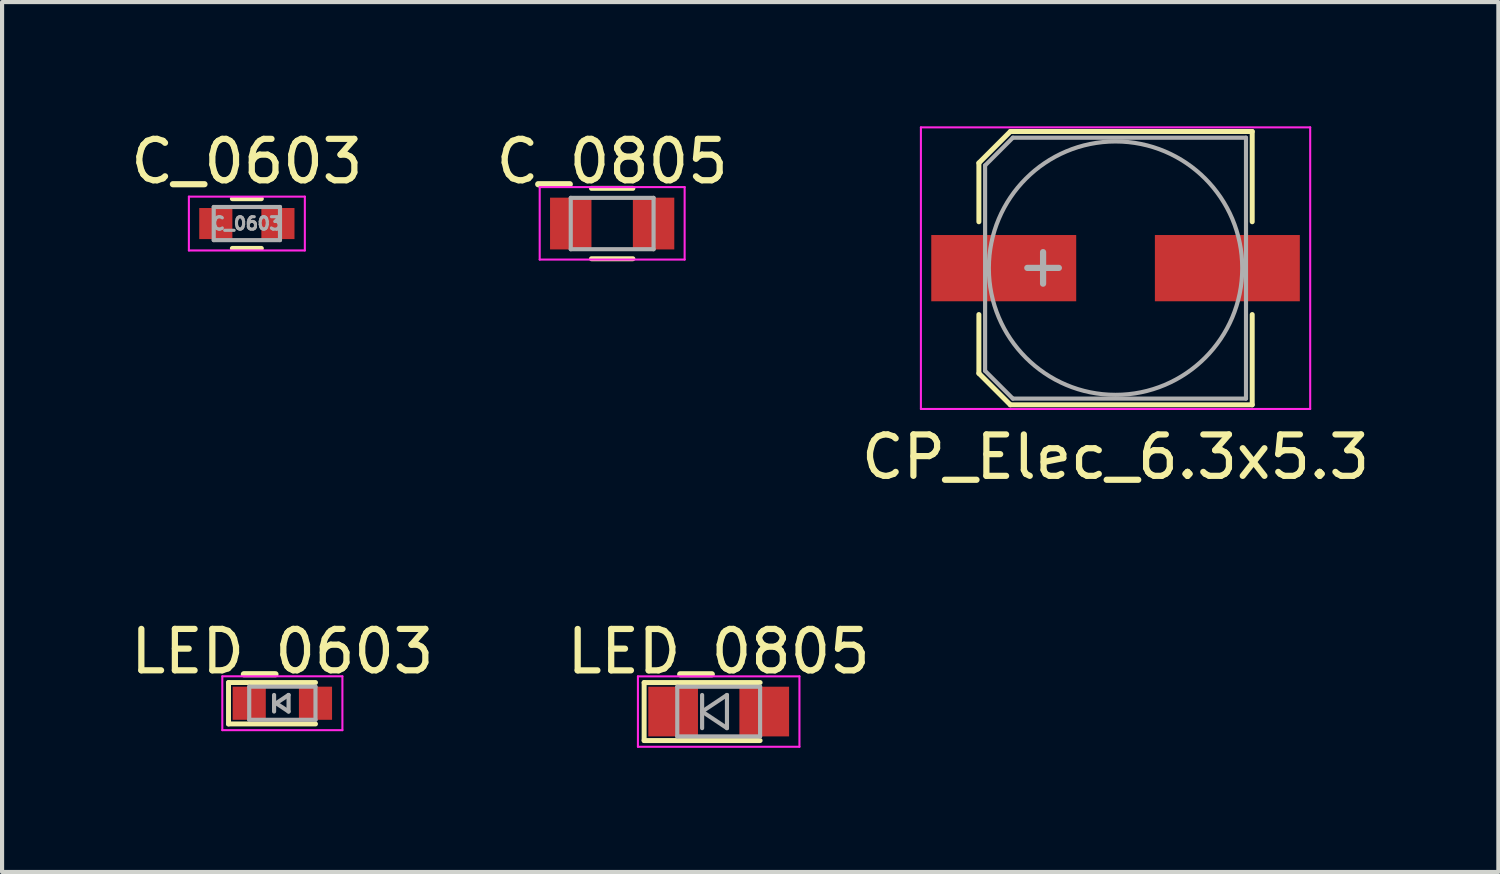
<source format=kicad_pcb>
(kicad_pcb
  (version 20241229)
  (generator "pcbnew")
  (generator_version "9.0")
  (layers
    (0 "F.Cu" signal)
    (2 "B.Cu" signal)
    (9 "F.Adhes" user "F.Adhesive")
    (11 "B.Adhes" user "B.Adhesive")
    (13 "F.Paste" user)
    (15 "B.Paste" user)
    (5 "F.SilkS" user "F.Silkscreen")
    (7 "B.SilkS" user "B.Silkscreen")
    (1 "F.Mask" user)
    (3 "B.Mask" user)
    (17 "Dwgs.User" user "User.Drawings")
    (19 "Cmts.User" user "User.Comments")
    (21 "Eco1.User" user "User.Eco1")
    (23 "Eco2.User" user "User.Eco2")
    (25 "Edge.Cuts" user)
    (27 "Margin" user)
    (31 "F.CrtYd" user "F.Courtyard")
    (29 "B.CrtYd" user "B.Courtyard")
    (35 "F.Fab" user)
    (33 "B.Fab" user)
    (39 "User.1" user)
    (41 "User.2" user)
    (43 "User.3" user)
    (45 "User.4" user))
  (footprint "C_0603"
    (layer "F.Cu")
    (at 2.911 2.348)
    (property "Reference" "C_0603" (at 0 -1.5 0) (layer "F.SilkS") (effects (font (size 1 1) (thickness 0.15))))
    (attr smd)
    (fp_line (start -0.35 -0.6) (end 0.35 -0.6) (stroke (width 0.12) (type solid)) (layer "F.SilkS"))
    (fp_line (start 0.35 0.6) (end -0.35 0.6) (stroke (width 0.12) (type solid)) (layer "F.SilkS"))
    (fp_line (start -1.4 -0.65) (end -1.4 0.65) (stroke (width 0.05) (type solid)) (layer "F.CrtYd"))
    (fp_line (start -1.4 -0.65) (end 1.4 -0.65) (stroke (width 0.05) (type solid)) (layer "F.CrtYd"))
    (fp_line (start 1.4 0.65) (end -1.4 0.65) (stroke (width 0.05) (type solid)) (layer "F.CrtYd"))
    (fp_line (start 1.4 0.65) (end 1.4 -0.65) (stroke (width 0.05) (type solid)) (layer "F.CrtYd"))
    (fp_line (start -0.8 -0.4) (end 0.8 -0.4) (stroke (width 0.1) (type solid)) (layer "F.Fab"))
    (fp_line (start -0.8 0.4) (end -0.8 -0.4) (stroke (width 0.1) (type solid)) (layer "F.Fab"))
    (fp_line (start 0.8 -0.4) (end 0.8 0.4) (stroke (width 0.1) (type solid)) (layer "F.Fab"))
    (fp_line (start 0.8 0.4) (end -0.8 0.4) (stroke (width 0.1) (type solid)) (layer "F.Fab"))
    (fp_text user "${REFERENCE}" (at 0 0 0) (layer "F.Fab") (effects (font (size 0.3 0.3) (thickness 0.075))))
    (pad "1" smd rect (at -0.75 0) (size 0.8 0.75) (layers "F.Cu" "F.Mask" "F.Paste"))
    (pad "2" smd rect (at 0.75 0) (size 0.8 0.75) (layers "F.Cu" "F.Mask" "F.Paste")))
  (footprint "LED_0805"
    (layer "F.Cu")
    (at 14.304 14.132)
    (property "Reference" "LED_0805" (at 0 -1.45 0) (layer "F.SilkS") (effects (font (size 1 1) (thickness 0.15))))
    (attr smd)
    (fp_line (start -1.8 -0.7) (end -1.8 0.7) (stroke (width 0.12) (type solid)) (layer "F.SilkS"))
    (fp_line (start -1.8 -0.7) (end 1 -0.7) (stroke (width 0.12) (type solid)) (layer "F.SilkS"))
    (fp_line (start -1.8 0.7) (end 1 0.7) (stroke (width 0.12) (type solid)) (layer "F.SilkS"))
    (fp_line (start -1.95 -0.85) (end 1.95 -0.85) (stroke (width 0.05) (type solid)) (layer "F.CrtYd"))
    (fp_line (start -1.95 0.85) (end -1.95 -0.85) (stroke (width 0.05) (type solid)) (layer "F.CrtYd"))
    (fp_line (start 1.95 -0.85) (end 1.95 0.85) (stroke (width 0.05) (type solid)) (layer "F.CrtYd"))
    (fp_line (start 1.95 0.85) (end -1.95 0.85) (stroke (width 0.05) (type solid)) (layer "F.CrtYd"))
    (fp_line (start -1 -0.6) (end 1 -0.6) (stroke (width 0.1) (type solid)) (layer "F.Fab"))
    (fp_line (start -1 0.6) (end -1 -0.6) (stroke (width 0.1) (type solid)) (layer "F.Fab"))
    (fp_line (start -0.4 -0.4) (end -0.4 0.4) (stroke (width 0.1) (type solid)) (layer "F.Fab"))
    (fp_line (start -0.4 0) (end 0.2 -0.4) (stroke (width 0.1) (type solid)) (layer "F.Fab"))
    (fp_line (start 0.2 -0.4) (end 0.2 0.4) (stroke (width 0.1) (type solid)) (layer "F.Fab"))
    (fp_line (start 0.2 0.4) (end -0.4 0) (stroke (width 0.1) (type solid)) (layer "F.Fab"))
    (fp_line (start 1 -0.6) (end 1 0.6) (stroke (width 0.1) (type solid)) (layer "F.Fab"))
    (fp_line (start 1 0.6) (end -1 0.6) (stroke (width 0.1) (type solid)) (layer "F.Fab"))
    (pad "1" smd rect (at -1.1 0 180) (size 1.2 1.2) (layers "F.Cu" "F.Mask" "F.Paste"))
    (pad "2" smd rect (at 1.1 0 180) (size 1.2 1.2) (layers "F.Cu" "F.Mask" "F.Paste")))
  (footprint "C_0805"
    (layer "F.Cu")
    (at 11.732 2.348)
    (property "Reference" "C_0805" (at 0 -1.5 0) (layer "F.SilkS") (effects (font (size 1 1) (thickness 0.15))))
    (attr smd)
    (fp_line (start -0.5 0.85) (end 0.5 0.85) (stroke (width 0.12) (type solid)) (layer "F.SilkS"))
    (fp_line (start 0.5 -0.85) (end -0.5 -0.85) (stroke (width 0.12) (type solid)) (layer "F.SilkS"))
    (fp_line (start -1.75 -0.88) (end -1.75 0.87) (stroke (width 0.05) (type solid)) (layer "F.CrtYd"))
    (fp_line (start -1.75 -0.88) (end 1.75 -0.88) (stroke (width 0.05) (type solid)) (layer "F.CrtYd"))
    (fp_line (start 1.75 0.87) (end -1.75 0.87) (stroke (width 0.05) (type solid)) (layer "F.CrtYd"))
    (fp_line (start 1.75 0.87) (end 1.75 -0.88) (stroke (width 0.05) (type solid)) (layer "F.CrtYd"))
    (fp_line (start -1 -0.62) (end 1 -0.62) (stroke (width 0.1) (type solid)) (layer "F.Fab"))
    (fp_line (start -1 0.62) (end -1 -0.62) (stroke (width 0.1) (type solid)) (layer "F.Fab"))
    (fp_line (start 1 -0.62) (end 1 0.62) (stroke (width 0.1) (type solid)) (layer "F.Fab"))
    (fp_line (start 1 0.62) (end -1 0.62) (stroke (width 0.1) (type solid)) (layer "F.Fab"))
    (pad "1" smd rect (at -1 0) (size 1 1.25) (layers "F.Cu" "F.Mask" "F.Paste"))
    (pad "2" smd rect (at 1 0) (size 1 1.25) (layers "F.Cu" "F.Mask" "F.Paste")))
  (footprint "CP_Elec_6.3x5.3"
    (layer "F.Cu")
    (at 23.887 3.425)
    (property "Reference" "CP_Elec_6.3x5.3" (at 0 4.56 0) (layer "F.SilkS") (effects (font (size 1 1) (thickness 0.15))))
    (attr smd)
    (fp_line (start -3.3 -2.54) (end -3.3 -1.12) (stroke (width 0.12) (type solid)) (layer "F.SilkS"))
    (fp_line (start -3.3 -2.54) (end -2.54 -3.3) (stroke (width 0.12) (type solid)) (layer "F.SilkS"))
    (fp_line (start -3.3 2.54) (end -3.3 1.12) (stroke (width 0.12) (type solid)) (layer "F.SilkS"))
    (fp_line (start -2.54 -3.3) (end 3.3 -3.3) (stroke (width 0.12) (type solid)) (layer "F.SilkS"))
    (fp_line (start -2.54 3.3) (end -3.3 2.54) (stroke (width 0.12) (type solid)) (layer "F.SilkS"))
    (fp_line (start 3.3 -3.3) (end 3.3 -1.12) (stroke (width 0.12) (type solid)) (layer "F.SilkS"))
    (fp_line (start 3.3 3.3) (end -2.54 3.3) (stroke (width 0.12) (type solid)) (layer "F.SilkS"))
    (fp_line (start 3.3 3.3) (end 3.3 1.12) (stroke (width 0.12) (type solid)) (layer "F.SilkS"))
    (fp_line (start -4.7 -3.4) (end -4.7 3.4) (stroke (width 0.05) (type solid)) (layer "F.CrtYd"))
    (fp_line (start -4.7 -3.4) (end 4.7 -3.4) (stroke (width 0.05) (type solid)) (layer "F.CrtYd"))
    (fp_line (start 4.7 3.4) (end -4.7 3.4) (stroke (width 0.05) (type solid)) (layer "F.CrtYd"))
    (fp_line (start 4.7 3.4) (end 4.7 -3.4) (stroke (width 0.05) (type solid)) (layer "F.CrtYd"))
    (fp_line (start -3.15 -2.48) (end -3.15 2.48) (stroke (width 0.1) (type solid)) (layer "F.Fab"))
    (fp_line (start -3.15 2.48) (end -2.48 3.15) (stroke (width 0.1) (type solid)) (layer "F.Fab"))
    (fp_line (start -2.48 -3.15) (end -3.15 -2.48) (stroke (width 0.1) (type solid)) (layer "F.Fab"))
    (fp_line (start -2.48 3.15) (end 3.15 3.15) (stroke (width 0.1) (type solid)) (layer "F.Fab"))
    (fp_line (start 3.15 -3.15) (end -2.48 -3.15) (stroke (width 0.1) (type solid)) (layer "F.Fab"))
    (fp_line (start 3.15 3.15) (end 3.15 -3.15) (stroke (width 0.1) (type solid)) (layer "F.Fab"))
    (fp_circle (center 0 0) (end 0.6 3) (stroke (width 0.1) (type solid)) (fill no) (layer "F.Fab"))
    (fp_text user "+" (at -1.75 -0.08 0) (layer "F.Fab") (effects (font (size 1 1) (thickness 0.15))))
    (pad "1" smd rect (at -2.7 0 180) (size 3.5 1.6) (layers "F.Cu" "F.Mask" "F.Paste"))
    (pad "2" smd rect (at 2.7 0 180) (size 3.5 1.6) (layers "F.Cu" "F.Mask" "F.Paste")))
  (footprint "LED_0603"
    (layer "F.Cu")
    (at 3.768 13.931)
    (property "Reference" "LED_0603" (at 0 -1.25 0) (layer "F.SilkS") (effects (font (size 1 1) (thickness 0.15))))
    (attr smd)
    (fp_line (start -1.3 -0.5) (end -1.3 0.5) (stroke (width 0.12) (type solid)) (layer "F.SilkS"))
    (fp_line (start -1.3 -0.5) (end 0.8 -0.5) (stroke (width 0.12) (type solid)) (layer "F.SilkS"))
    (fp_line (start -1.3 0.5) (end 0.8 0.5) (stroke (width 0.12) (type solid)) (layer "F.SilkS"))
    (fp_line (start -1.45 -0.65) (end 1.45 -0.65) (stroke (width 0.05) (type solid)) (layer "F.CrtYd"))
    (fp_line (start -1.45 0.65) (end -1.45 -0.65) (stroke (width 0.05) (type solid)) (layer "F.CrtYd"))
    (fp_line (start 1.45 -0.65) (end 1.45 0.65) (stroke (width 0.05) (type solid)) (layer "F.CrtYd"))
    (fp_line (start 1.45 0.65) (end -1.45 0.65) (stroke (width 0.05) (type solid)) (layer "F.CrtYd"))
    (fp_line (start -0.8 -0.4) (end 0.8 -0.4) (stroke (width 0.1) (type solid)) (layer "F.Fab"))
    (fp_line (start -0.8 0.4) (end -0.8 -0.4) (stroke (width 0.1) (type solid)) (layer "F.Fab"))
    (fp_line (start -0.2 -0.2) (end -0.2 0.2) (stroke (width 0.1) (type solid)) (layer "F.Fab"))
    (fp_line (start -0.15 0) (end 0.15 -0.2) (stroke (width 0.1) (type solid)) (layer "F.Fab"))
    (fp_line (start 0.15 -0.2) (end 0.15 0.2) (stroke (width 0.1) (type solid)) (layer "F.Fab"))
    (fp_line (start 0.15 0.2) (end -0.15 0) (stroke (width 0.1) (type solid)) (layer "F.Fab"))
    (fp_line (start 0.8 -0.4) (end 0.8 0.4) (stroke (width 0.1) (type solid)) (layer "F.Fab"))
    (fp_line (start 0.8 0.4) (end -0.8 0.4) (stroke (width 0.1) (type solid)) (layer "F.Fab"))
    (pad "1" smd rect (at -0.8 0 180) (size 0.8 0.8) (layers "F.Cu" "F.Mask" "F.Paste"))
    (pad "2" smd rect (at 0.8 0 180) (size 0.8 0.8) (layers "F.Cu" "F.Mask" "F.Paste")))
  (gr_rect
    (start -3 -3)
    (end 33.131 18.006)
    (stroke (width 0.1) (type default))
    (fill no)
    (layer "Edge.Cuts")))
</source>
